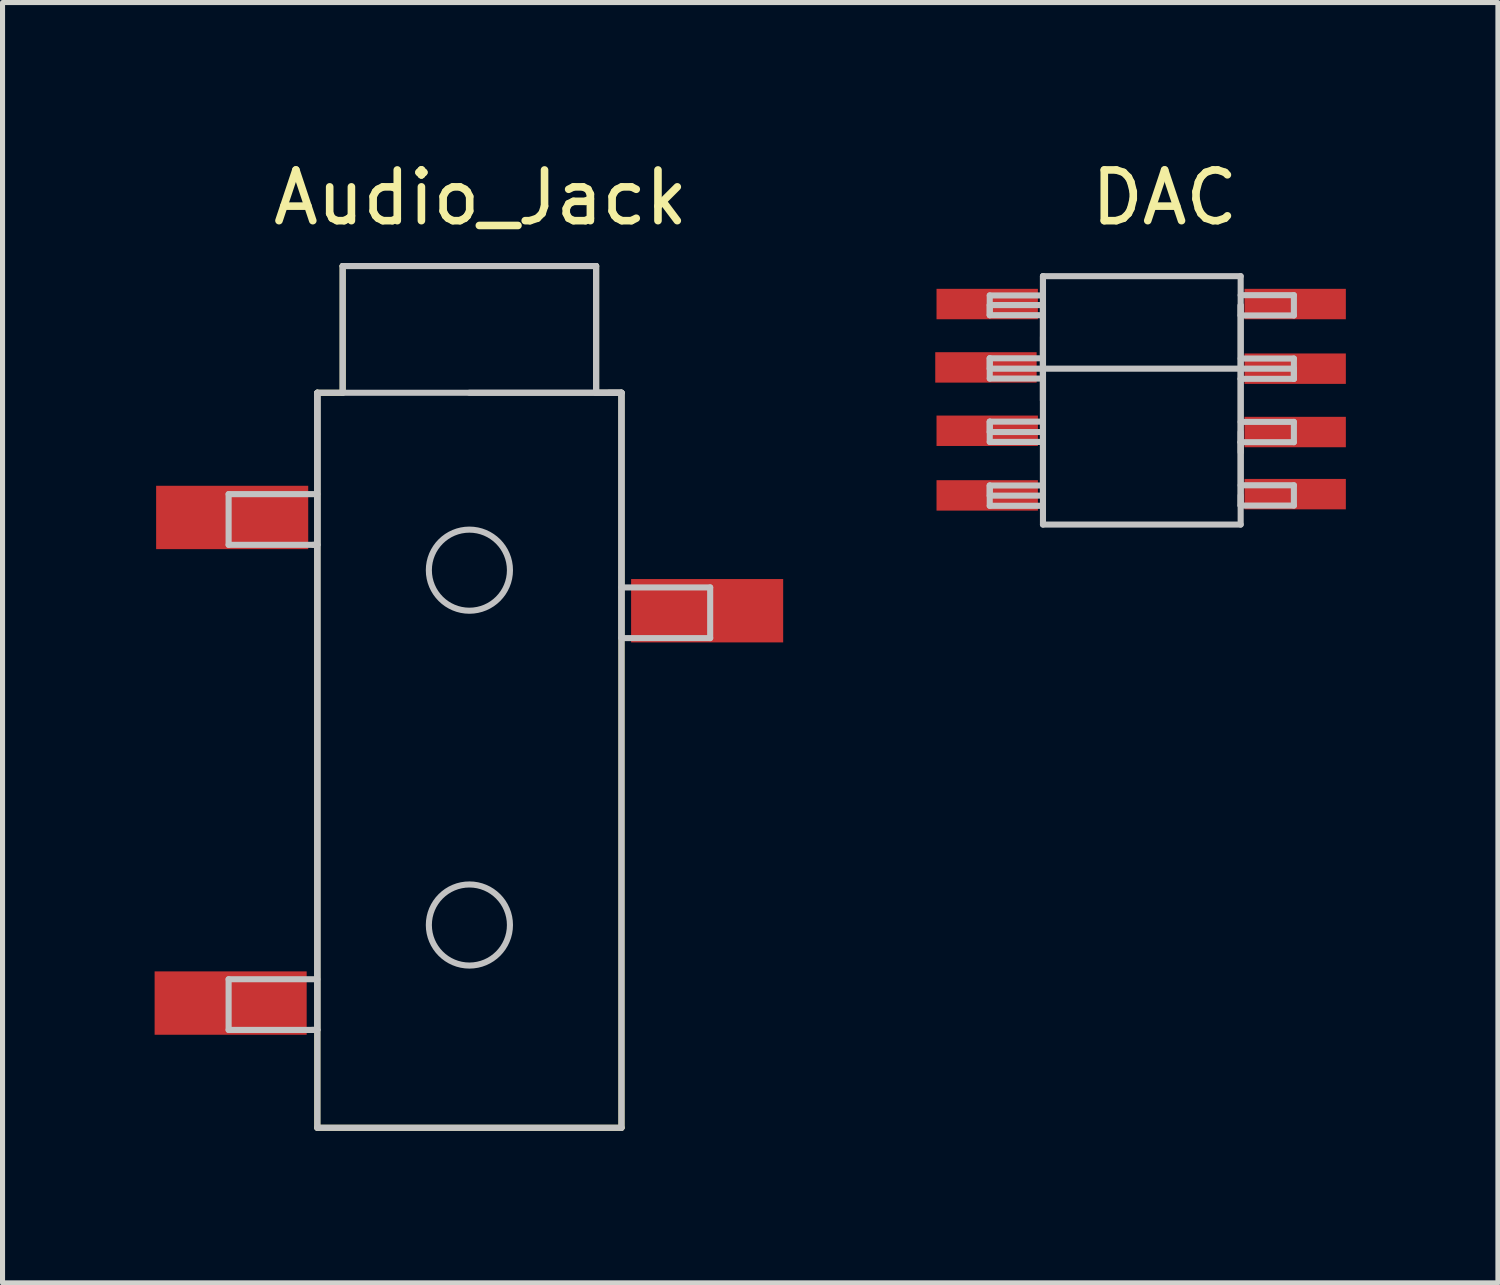
<source format=kicad_pcb>
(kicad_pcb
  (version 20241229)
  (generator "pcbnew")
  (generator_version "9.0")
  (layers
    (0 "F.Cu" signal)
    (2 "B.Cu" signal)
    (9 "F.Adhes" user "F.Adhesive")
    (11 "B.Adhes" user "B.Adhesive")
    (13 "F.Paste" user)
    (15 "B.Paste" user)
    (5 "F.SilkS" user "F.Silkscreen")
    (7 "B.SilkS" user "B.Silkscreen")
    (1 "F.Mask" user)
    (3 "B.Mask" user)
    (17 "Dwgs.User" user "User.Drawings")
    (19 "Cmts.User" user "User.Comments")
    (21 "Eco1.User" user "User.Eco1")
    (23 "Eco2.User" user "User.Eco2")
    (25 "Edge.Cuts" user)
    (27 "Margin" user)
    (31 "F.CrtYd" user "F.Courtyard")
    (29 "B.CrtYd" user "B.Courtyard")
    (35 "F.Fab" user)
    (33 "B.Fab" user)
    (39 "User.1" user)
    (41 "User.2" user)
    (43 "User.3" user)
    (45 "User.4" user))
  (footprint "Audio_Jack"
    (layer "F.Cu")
    (at 6.43 0.348)
    (property "Reference" "Audio_Jack" (at 0 0.5 0) (layer "F.SilkS") (effects (font (size 1 1) (thickness 0.15))))
    (attr through_hole)
    (fp_line (start -3.22 4.35) (end -2.72 4.35) (stroke (width 0.12) (type solid)) (layer "F.SilkS"))
    (fp_line (start -3.22 4.36) (end -3.22 4.35) (stroke (width 0.12) (type solid)) (layer "F.SilkS"))
    (fp_line (start -3.22 18.85) (end -3.22 4.36) (stroke (width 0.12) (type solid)) (layer "F.SilkS"))
    (fp_line (start -2.72 1.85) (end 2.28 1.85) (stroke (width 0.12) (type solid)) (layer "F.SilkS"))
    (fp_line (start -2.72 4.35) (end -2.72 1.85) (stroke (width 0.12) (type solid)) (layer "F.SilkS"))
    (fp_line (start 2.28 1.85) (end 2.28 4.35) (stroke (width 0.12) (type solid)) (layer "F.SilkS"))
    (fp_line (start 2.28 4.35) (end 2.78 4.35) (stroke (width 0.12) (type solid)) (layer "F.SilkS"))
    (fp_line (start 2.78 4.35) (end 2.78 18.85) (stroke (width 0.12) (type solid)) (layer "F.SilkS"))
    (fp_line (start 2.78 18.85) (end -3.22 18.85) (stroke (width 0.12) (type solid)) (layer "F.SilkS"))
    (fp_line (start -4.97 6.35) (end -4.97 7.35) (stroke (width 0.12) (type solid)) (layer "Dwgs.User"))
    (fp_line (start -4.97 7.35) (end -3.22 7.35) (stroke (width 0.12) (type solid)) (layer "Dwgs.User"))
    (fp_line (start -4.97 15.92) (end -4.97 16.92) (stroke (width 0.12) (type solid)) (layer "Dwgs.User"))
    (fp_line (start -4.97 16.92) (end -3.22 16.92) (stroke (width 0.12) (type solid)) (layer "Dwgs.User"))
    (fp_line (start -3.22 4.35) (end -3.22 7.35) (stroke (width 0.12) (type solid)) (layer "Dwgs.User"))
    (fp_line (start -3.22 4.35) (end -3.22 16.92) (stroke (width 0.12) (type solid)) (layer "Dwgs.User"))
    (fp_line (start -3.22 4.35) (end 2.78 4.35) (stroke (width 0.12) (type solid)) (layer "Dwgs.User"))
    (fp_line (start -3.22 6.35) (end -4.97 6.35) (stroke (width 0.12) (type solid)) (layer "Dwgs.User"))
    (fp_line (start -3.22 7.35) (end -3.3 7.35) (stroke (width 0.12) (type solid)) (layer "Dwgs.User"))
    (fp_line (start -3.22 15.92) (end -4.97 15.92) (stroke (width 0.12) (type solid)) (layer "Dwgs.User"))
    (fp_line (start -3.22 16.92) (end -3.33 16.92) (stroke (width 0.12) (type solid)) (layer "Dwgs.User"))
    (fp_line (start -3.22 18.85) (end -3.22 4.35) (stroke (width 0.12) (type solid)) (layer "Dwgs.User"))
    (fp_line (start -2.72 1.85) (end -2.72 4.35) (stroke (width 0.12) (type solid)) (layer "Dwgs.User"))
    (fp_line (start 2.28 1.85) (end -2.72 1.85) (stroke (width 0.12) (type solid)) (layer "Dwgs.User"))
    (fp_line (start 2.28 4.35) (end 2.28 1.85) (stroke (width 0.12) (type solid)) (layer "Dwgs.User"))
    (fp_line (start 2.78 4.35) (end -0.22 4.35) (stroke (width 0.12) (type solid)) (layer "Dwgs.User"))
    (fp_line (start 2.78 4.35) (end 2.28 4.35) (stroke (width 0.12) (type solid)) (layer "Dwgs.User"))
    (fp_line (start 2.78 4.35) (end 2.53 4.35) (stroke (width 0.12) (type solid)) (layer "Dwgs.User"))
    (fp_line (start 2.78 4.35) (end 2.78 9.19) (stroke (width 0.12) (type solid)) (layer "Dwgs.User"))
    (fp_line (start 2.78 4.35) (end 2.78 18.85) (stroke (width 0.12) (type solid)) (layer "Dwgs.User"))
    (fp_line (start 2.78 9.19) (end 4.53 9.19) (stroke (width 0.12) (type solid)) (layer "Dwgs.User"))
    (fp_line (start 2.78 18.85) (end -3.22 18.85) (stroke (width 0.12) (type solid)) (layer "Dwgs.User"))
    (fp_line (start 4.53 8.19) (end 2.78 8.19) (stroke (width 0.12) (type solid)) (layer "Dwgs.User"))
    (fp_line (start 4.53 9.19) (end 4.53 8.19) (stroke (width 0.12) (type solid)) (layer "Dwgs.User"))
    (fp_circle (center -0.22 7.85) (end 0.58 7.85) (stroke (width 0.12) (type solid)) (fill no) (layer "Dwgs.User"))
    (fp_circle (center -0.22 14.85) (end 0.58 14.85) (stroke (width 0.12) (type solid)) (fill no) (layer "Dwgs.User"))
    (pad "1" smd rect (at 4.47 8.65 90) (size 1.25 3) (layers "F.Cu" "F.Mask" "F.Paste"))
    (pad "2" smd rect (at -4.9 6.81 90) (size 1.25 3) (layers "F.Cu" "F.Mask" "F.Paste"))
    (pad "3" smd rect (at -4.93 16.39 90) (size 1.25 3) (layers "F.Cu" "F.Mask" "F.Paste")))
  (footprint "DAC"
    (layer "F.Cu")
    (at 19.925 0.348)
    (property "Reference" "DAC" (at 0 0.5 0) (layer "F.SilkS") (effects (font (size 1 1) (thickness 0.15))))
    (attr through_hole)
    (fp_line (start -3.45 2.43) (end -2.4 2.43) (stroke (width 0.12) (type solid)) (layer "Dwgs.User"))
    (fp_line (start -3.45 2.62) (end -3.45 2.82) (stroke (width 0.12) (type solid)) (layer "Dwgs.User"))
    (fp_line (start -3.45 2.82) (end -3.45 2.43) (stroke (width 0.12) (type solid)) (layer "Dwgs.User"))
    (fp_line (start -3.45 2.82) (end -2.4 2.82) (stroke (width 0.12) (type solid)) (layer "Dwgs.User"))
    (fp_line (start -3.45 3.67) (end -3.45 4.07) (stroke (width 0.12) (type solid)) (layer "Dwgs.User"))
    (fp_line (start -3.45 3.67) (end -2.4 3.67) (stroke (width 0.12) (type solid)) (layer "Dwgs.User"))
    (fp_line (start -3.45 3.875) (end -3.45 3.67) (stroke (width 0.12) (type solid)) (layer "Dwgs.User"))
    (fp_line (start -3.45 4.07) (end -2.4 4.07) (stroke (width 0.12) (type solid)) (layer "Dwgs.User"))
    (fp_line (start -3.45 4.92) (end -3.45 5.32) (stroke (width 0.12) (type solid)) (layer "Dwgs.User"))
    (fp_line (start -3.45 4.92) (end -2.4 4.92) (stroke (width 0.12) (type solid)) (layer "Dwgs.User"))
    (fp_line (start -3.45 5.125) (end -3.45 4.92) (stroke (width 0.12) (type solid)) (layer "Dwgs.User"))
    (fp_line (start -3.45 5.32) (end -2.41 5.32) (stroke (width 0.12) (type solid)) (layer "Dwgs.User"))
    (fp_line (start -3.45 6.18) (end -3.45 6.58) (stroke (width 0.12) (type solid)) (layer "Dwgs.User"))
    (fp_line (start -3.45 6.18) (end -2.4 6.18) (stroke (width 0.12) (type solid)) (layer "Dwgs.User"))
    (fp_line (start -3.45 6.38) (end -3.45 6.18) (stroke (width 0.12) (type solid)) (layer "Dwgs.User"))
    (fp_line (start -3.45 6.58) (end -2.41 6.58) (stroke (width 0.12) (type solid)) (layer "Dwgs.User"))
    (fp_line (start -2.425 3.875) (end 1.5 3.875) (stroke (width 0.12) (type solid)) (layer "Dwgs.User"))
    (fp_line (start -2.4 2.05) (end -2.4 4.5) (stroke (width 0.12) (type solid)) (layer "Dwgs.User"))
    (fp_line (start -2.4 2.05) (end 1.5 2.05) (stroke (width 0.12) (type solid)) (layer "Dwgs.User"))
    (fp_line (start -2.4 2.62) (end -3.45 2.62) (stroke (width 0.12) (type solid)) (layer "Dwgs.User"))
    (fp_line (start -2.4 3.875) (end -3.45 3.875) (stroke (width 0.12) (type solid)) (layer "Dwgs.User"))
    (fp_line (start -2.4 3.875) (end -2.4 2.62) (stroke (width 0.12) (type solid)) (layer "Dwgs.User"))
    (fp_line (start -2.4 4.5) (end -2.4 3.25) (stroke (width 0.12) (type solid)) (layer "Dwgs.User"))
    (fp_line (start -2.4 4.5) (end -2.4 3.875) (stroke (width 0.12) (type solid)) (layer "Dwgs.User"))
    (fp_line (start -2.4 4.5) (end -2.4 5.125) (stroke (width 0.12) (type solid)) (layer "Dwgs.User"))
    (fp_line (start -2.4 5.125) (end -3.45 5.125) (stroke (width 0.12) (type solid)) (layer "Dwgs.User"))
    (fp_line (start -2.4 5.125) (end -2.4 6.38) (stroke (width 0.12) (type solid)) (layer "Dwgs.User"))
    (fp_line (start -2.4 6.38) (end -3.45 6.38) (stroke (width 0.12) (type solid)) (layer "Dwgs.User"))
    (fp_line (start -2.4 6.95) (end -2.4 2.05) (stroke (width 0.12) (type solid)) (layer "Dwgs.User"))
    (fp_line (start 1.5 2.05) (end 1.5 6.95) (stroke (width 0.12) (type solid)) (layer "Dwgs.User"))
    (fp_line (start 1.5 2.625) (end 1.5 2.825) (stroke (width 0.12) (type solid)) (layer "Dwgs.User"))
    (fp_line (start 1.5 2.825) (end 2.55 2.825) (stroke (width 0.12) (type solid)) (layer "Dwgs.User"))
    (fp_line (start 1.5 3.875) (end 1.5 2.625) (stroke (width 0.12) (type solid)) (layer "Dwgs.User"))
    (fp_line (start 1.5 3.875) (end 1.5 4.075) (stroke (width 0.12) (type solid)) (layer "Dwgs.User"))
    (fp_line (start 1.5 3.875) (end 2.55 3.875) (stroke (width 0.12) (type solid)) (layer "Dwgs.User"))
    (fp_line (start 1.5 4.075) (end 1.5 5.325) (stroke (width 0.12) (type solid)) (layer "Dwgs.User"))
    (fp_line (start 1.5 4.925) (end 2.55 4.925) (stroke (width 0.12) (type solid)) (layer "Dwgs.User"))
    (fp_line (start 1.5 5.325) (end 1.5 5.125) (stroke (width 0.12) (type solid)) (layer "Dwgs.User"))
    (fp_line (start 1.5 5.325) (end 1.5 6.575) (stroke (width 0.12) (type solid)) (layer "Dwgs.User"))
    (fp_line (start 1.5 5.525) (end 1.5 5.325) (stroke (width 0.12) (type solid)) (layer "Dwgs.User"))
    (fp_line (start 1.5 6.175) (end 2.55 6.175) (stroke (width 0.12) (type solid)) (layer "Dwgs.User"))
    (fp_line (start 1.5 6.575) (end 1.5 6.375) (stroke (width 0.12) (type solid)) (layer "Dwgs.User"))
    (fp_line (start 1.5 6.95) (end -2.4 6.95) (stroke (width 0.12) (type solid)) (layer "Dwgs.User"))
    (fp_line (start 2.55 2.425) (end 1.5 2.425) (stroke (width 0.12) (type solid)) (layer "Dwgs.User"))
    (fp_line (start 2.55 2.825) (end 2.55 2.425) (stroke (width 0.12) (type solid)) (layer "Dwgs.User"))
    (fp_line (start 2.55 3.675) (end 1.5 3.675) (stroke (width 0.12) (type solid)) (layer "Dwgs.User"))
    (fp_line (start 2.55 3.675) (end 2.55 4.075) (stroke (width 0.12) (type solid)) (layer "Dwgs.User"))
    (fp_line (start 2.55 3.875) (end 2.55 4.075) (stroke (width 0.12) (type solid)) (layer "Dwgs.User"))
    (fp_line (start 2.55 4.075) (end 1.5 4.075) (stroke (width 0.12) (type solid)) (layer "Dwgs.User"))
    (fp_line (start 2.55 4.925) (end 2.55 5.325) (stroke (width 0.12) (type solid)) (layer "Dwgs.User"))
    (fp_line (start 2.55 5.325) (end 1.5 5.325) (stroke (width 0.12) (type solid)) (layer "Dwgs.User"))
    (fp_line (start 2.55 6.175) (end 2.55 6.575) (stroke (width 0.12) (type solid)) (layer "Dwgs.User"))
    (fp_line (start 2.55 6.575) (end 1.5 6.575) (stroke (width 0.12) (type solid)) (layer "Dwgs.User"))
    (pad "1" smd rect (at -3.5 2.6 90) (size 0.6 2) (layers "F.Cu" "F.Mask" "F.Paste"))
    (pad "2" smd rect (at -3.525 3.85 90) (size 0.6 2) (layers "F.Cu" "F.Mask" "F.Paste"))
    (pad "3" smd rect (at -3.5 5.1 90) (size 0.6 2) (layers "F.Cu" "F.Mask" "F.Paste"))
    (pad "4" smd rect (at -3.5 6.375 90) (size 0.6 2) (layers "F.Cu" "F.Mask" "F.Paste"))
    (pad "5" smd rect (at 2.575 6.35 90) (size 0.6 2) (layers "F.Cu" "F.Mask" "F.Paste"))
    (pad "6" smd rect (at 2.575 5.125 90) (size 0.6 2) (layers "F.Cu" "F.Mask" "F.Paste"))
    (pad "7" smd rect (at 2.575 3.875 90) (size 0.6 2) (layers "F.Cu" "F.Mask" "F.Paste"))
    (pad "8" smd rect (at 2.575 2.6 90) (size 0.6 2) (layers "F.Cu" "F.Mask" "F.Paste")))
  (gr_rect
    (start -3 -3)
    (end 26.5 22.258)
    (stroke (width 0.1) (type default))
    (fill no)
    (layer "Edge.Cuts")))
</source>
